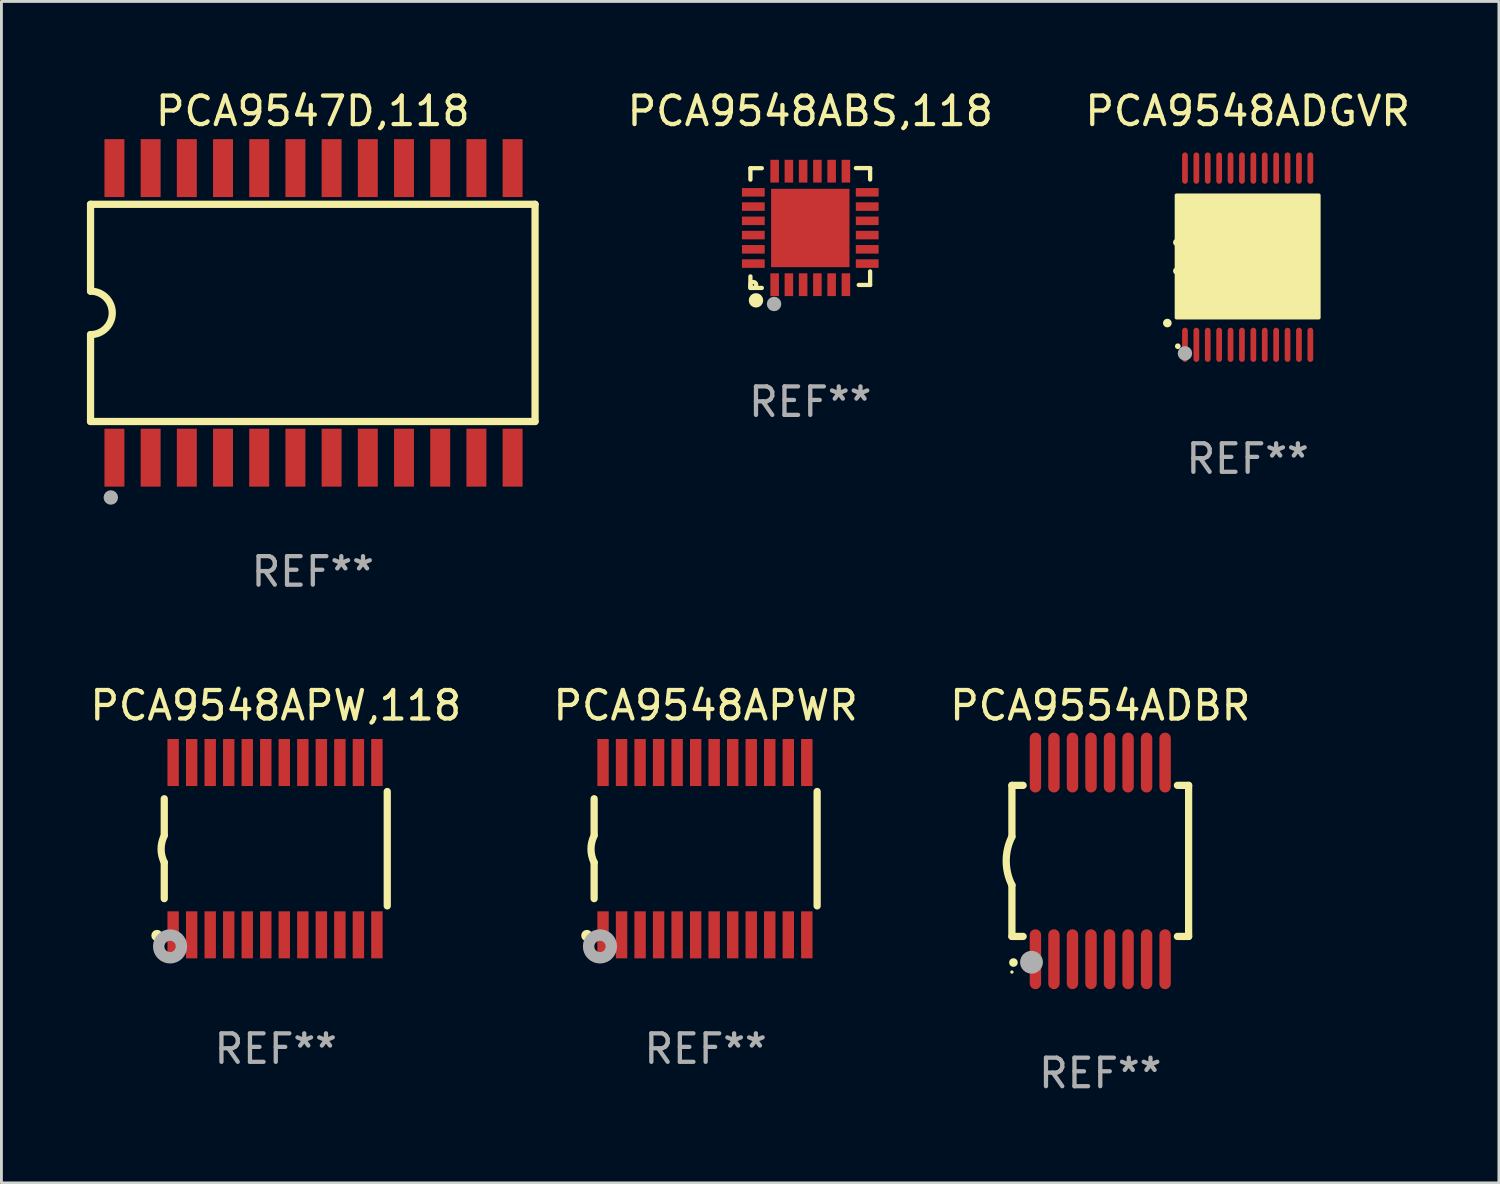
<source format=kicad_pcb>
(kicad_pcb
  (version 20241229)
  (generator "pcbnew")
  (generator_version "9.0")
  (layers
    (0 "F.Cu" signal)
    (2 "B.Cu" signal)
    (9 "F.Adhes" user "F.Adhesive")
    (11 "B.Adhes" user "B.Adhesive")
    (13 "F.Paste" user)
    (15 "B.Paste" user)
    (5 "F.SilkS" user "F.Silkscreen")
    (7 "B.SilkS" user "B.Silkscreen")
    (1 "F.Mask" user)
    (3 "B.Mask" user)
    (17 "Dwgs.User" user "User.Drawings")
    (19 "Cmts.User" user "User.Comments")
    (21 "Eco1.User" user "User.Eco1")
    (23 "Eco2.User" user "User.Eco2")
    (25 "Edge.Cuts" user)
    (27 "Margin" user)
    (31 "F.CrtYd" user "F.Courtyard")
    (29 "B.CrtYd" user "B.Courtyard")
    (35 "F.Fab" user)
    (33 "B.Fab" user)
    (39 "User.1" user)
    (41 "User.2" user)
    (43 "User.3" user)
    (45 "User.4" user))
  (footprint "PCA9548APWR"
    (layer "F.Cu")
    (at 21.708 26.727)
    (property "Reference" "PCA9548APWR" (at 0 -5.023 0) (layer "F.SilkS") (effects (font (size 1 1) (thickness 0.15))))
    (attr through_hole)
    (fp_line (start -3.912 -0.483) (end -3.912 -1.753) (stroke (width 0.254) (type solid)) (layer "F.SilkS"))
    (fp_line (start -3.912 1.753) (end -3.912 0.483) (stroke (width 0.254) (type solid)) (layer "F.SilkS"))
    (fp_line (start 3.912 -2.007) (end 3.912 2.007) (stroke (width 0.254) (type solid)) (layer "F.SilkS"))
    (fp_arc (start -3.911608 0.482601) (mid -4.022537 0.0127) (end -3.911608 -0.457201) (stroke (width 0.254001) (type solid)) (layer "F.SilkS"))
    (fp_circle (center -4.166 3.048) (end -4.066 3.048) (stroke (width 0.2) (type solid)) (fill no) (layer "F.SilkS"))
    (fp_circle (center -3.925 3.186) (end -3.895 3.186) (stroke (width 0.06) (type solid)) (fill no) (layer "F.SilkS"))
    (fp_circle (center -3.708 3.429) (end -3.509 3.429) (stroke (width 0.4) (type solid)) (fill no) (layer "F.Fab"))
    (fp_text user "REF**" (at 0 7.023 0) (layer "F.Fab") (effects (font (size 1 1) (thickness 0.15))))
    (pad "1" smd rect (at -3.6 3.023) (size 0.4 1.65) (layers "F.Cu" "F.Mask" "F.Paste"))
    (pad "2" smd rect (at -2.95 3.023) (size 0.4 1.65) (layers "F.Cu" "F.Mask" "F.Paste"))
    (pad "3" smd rect (at -2.3 3.023) (size 0.4 1.65) (layers "F.Cu" "F.Mask" "F.Paste"))
    (pad "4" smd rect (at -1.65 3.023) (size 0.4 1.65) (layers "F.Cu" "F.Mask" "F.Paste"))
    (pad "5" smd rect (at -1 3.023) (size 0.4 1.65) (layers "F.Cu" "F.Mask" "F.Paste"))
    (pad "6" smd rect (at -0.35 3.023) (size 0.4 1.65) (layers "F.Cu" "F.Mask" "F.Paste"))
    (pad "7" smd rect (at 0.299 3.023) (size 0.4 1.65) (layers "F.Cu" "F.Mask" "F.Paste"))
    (pad "8" smd rect (at 0.95 3.023) (size 0.4 1.65) (layers "F.Cu" "F.Mask" "F.Paste"))
    (pad "9" smd rect (at 1.6 3.023) (size 0.4 1.65) (layers "F.Cu" "F.Mask" "F.Paste"))
    (pad "10" smd rect (at 2.25 3.023) (size 0.4 1.65) (layers "F.Cu" "F.Mask" "F.Paste"))
    (pad "11" smd rect (at 2.9 3.023) (size 0.4 1.65) (layers "F.Cu" "F.Mask" "F.Paste"))
    (pad "12" smd rect (at 3.549 3.023) (size 0.4 1.65) (layers "F.Cu" "F.Mask" "F.Paste"))
    (pad "13" smd rect (at 3.549 -3.023) (size 0.4 1.65) (layers "F.Cu" "F.Mask" "F.Paste"))
    (pad "14" smd rect (at 2.9 -3.023) (size 0.4 1.65) (layers "F.Cu" "F.Mask" "F.Paste"))
    (pad "15" smd rect (at 2.25 -3.023) (size 0.4 1.65) (layers "F.Cu" "F.Mask" "F.Paste"))
    (pad "16" smd rect (at 1.6 -3.023) (size 0.4 1.65) (layers "F.Cu" "F.Mask" "F.Paste"))
    (pad "17" smd rect (at 0.95 -3.023) (size 0.4 1.65) (layers "F.Cu" "F.Mask" "F.Paste"))
    (pad "18" smd rect (at 0.299 -3.023) (size 0.4 1.65) (layers "F.Cu" "F.Mask" "F.Paste"))
    (pad "19" smd rect (at -0.35 -3.023) (size 0.4 1.65) (layers "F.Cu" "F.Mask" "F.Paste"))
    (pad "20" smd rect (at -1 -3.023) (size 0.4 1.65) (layers "F.Cu" "F.Mask" "F.Paste"))
    (pad "21" smd rect (at -1.65 -3.023) (size 0.4 1.65) (layers "F.Cu" "F.Mask" "F.Paste"))
    (pad "22" smd rect (at -2.3 -3.023) (size 0.4 1.65) (layers "F.Cu" "F.Mask" "F.Paste"))
    (pad "23" smd rect (at -2.95 -3.023) (size 0.4 1.65) (layers "F.Cu" "F.Mask" "F.Paste"))
    (pad "24" smd rect (at -3.6 -3.023) (size 0.4 1.65) (layers "F.Cu" "F.Mask" "F.Paste")))
  (footprint "PCA9548ABS,118"
    (layer "F.Cu")
    (at 25.379 4.95)
    (property "Reference" "PCA9548ABS,118" (at 0 -4.102 0) (layer "F.SilkS") (effects (font (size 1 1) (thickness 0.15))))
    (attr through_hole)
    (fp_line (start -2.1 -2.098) (end -1.7 -2.098) (stroke (width 0.15) (type solid)) (layer "F.SilkS"))
    (fp_line (start -2.1 -1.698) (end -2.1 -2.098) (stroke (width 0.15) (type solid)) (layer "F.SilkS"))
    (fp_line (start -2.1 2.102) (end -2.1 1.698) (stroke (width 0.15) (type solid)) (layer "F.SilkS"))
    (fp_line (start -1.7 2.102) (end -2.1 2.102) (stroke (width 0.15) (type solid)) (layer "F.SilkS"))
    (fp_line (start 1.6 -2.102) (end 2.1 -2.102) (stroke (width 0.15) (type solid)) (layer "F.SilkS"))
    (fp_line (start 1.7 1.998) (end 2.1 1.998) (stroke (width 0.15) (type solid)) (layer "F.SilkS"))
    (fp_line (start 2.1 -2.102) (end 2.1 -1.702) (stroke (width 0.15) (type solid)) (layer "F.SilkS"))
    (fp_line (start 2.1 1.998) (end 2.1 1.522) (stroke (width 0.15) (type solid)) (layer "F.SilkS"))
    (fp_circle (center -2 1.998) (end -1.97 1.998) (stroke (width 0.15) (type solid)) (fill no) (layer "F.SilkS"))
    (fp_circle (center -1.905 2.538) (end -1.778 2.538) (stroke (width 0.254) (type solid)) (fill no) (layer "F.SilkS"))
    (fp_circle (center -1.27 2.665) (end -1.143 2.665) (stroke (width 0.254) (type solid)) (fill no) (layer "F.Fab"))
    (fp_text user "REF**" (at 0 6.102 0) (layer "F.Fab") (effects (font (size 1 1) (thickness 0.15))))
    (pad "1" smd rect (at -1.25 1.99 180) (size 0.3 0.8) (layers "F.Cu" "F.Mask" "F.Paste"))
    (pad "2" smd rect (at -0.75 1.989 180) (size 0.3 0.8) (layers "F.Cu" "F.Mask" "F.Paste"))
    (pad "3" smd rect (at -0.25 1.989 180) (size 0.3 0.8) (layers "F.Cu" "F.Mask" "F.Paste"))
    (pad "4" smd rect (at 0.25 1.989 180) (size 0.3 0.8) (layers "F.Cu" "F.Mask" "F.Paste"))
    (pad "5" smd rect (at 0.75 1.989 180) (size 0.3 0.8) (layers "F.Cu" "F.Mask" "F.Paste"))
    (pad "6" smd rect (at 1.25 1.989 180) (size 0.3 0.8) (layers "F.Cu" "F.Mask" "F.Paste"))
    (pad "7" smd rect (at 1.998 1.248 270) (size 0.3 0.8) (layers "F.Cu" "F.Mask" "F.Paste"))
    (pad "8" smd rect (at 1.998 0.748 270) (size 0.3 0.8) (layers "F.Cu" "F.Mask" "F.Paste"))
    (pad "9" smd rect (at 1.998 0.248 270) (size 0.3 0.8) (layers "F.Cu" "F.Mask" "F.Paste"))
    (pad "10" smd rect (at 1.998 -0.252 270) (size 0.3 0.8) (layers "F.Cu" "F.Mask" "F.Paste"))
    (pad "11" smd rect (at 1.998 -0.752 270) (size 0.3 0.8) (layers "F.Cu" "F.Mask" "F.Paste"))
    (pad "12" smd rect (at 1.998 -1.252 270) (size 0.3 0.8) (layers "F.Cu" "F.Mask" "F.Paste"))
    (pad "13" smd rect (at 1.25 -1.994) (size 0.3 0.8) (layers "F.Cu" "F.Mask" "F.Paste"))
    (pad "14" smd rect (at 0.75 -1.994) (size 0.3 0.8) (layers "F.Cu" "F.Mask" "F.Paste"))
    (pad "15" smd rect (at 0.25 -1.994) (size 0.3 0.8) (layers "F.Cu" "F.Mask" "F.Paste"))
    (pad "16" smd rect (at -0.25 -1.994) (size 0.3 0.8) (layers "F.Cu" "F.Mask" "F.Paste"))
    (pad "17" smd rect (at -0.75 -1.994) (size 0.3 0.8) (layers "F.Cu" "F.Mask" "F.Paste"))
    (pad "18" smd rect (at -1.25 -1.994) (size 0.3 0.8) (layers "F.Cu" "F.Mask" "F.Paste"))
    (pad "19" smd rect (at -1.998 -1.252 90) (size 0.3 0.8) (layers "F.Cu" "F.Mask" "F.Paste"))
    (pad "20" smd rect (at -1.998 -0.752 90) (size 0.3 0.8) (layers "F.Cu" "F.Mask" "F.Paste"))
    (pad "21" smd rect (at -1.998 -0.252 90) (size 0.3 0.8) (layers "F.Cu" "F.Mask" "F.Paste"))
    (pad "22" smd rect (at -1.998 0.248 90) (size 0.3 0.8) (layers "F.Cu" "F.Mask" "F.Paste"))
    (pad "23" smd rect (at -1.998 0.748 90) (size 0.3 0.8) (layers "F.Cu" "F.Mask" "F.Paste"))
    (pad "24" smd rect (at -1.998 1.248 90) (size 0.3 0.8) (layers "F.Cu" "F.Mask" "F.Paste"))
    (pad "25" smd rect (at 0.001 -0.001 90) (size 2.75 2.75) (layers "F.Cu" "F.Mask" "F.Paste")))
  (footprint "PCA9554ADBR"
    (layer "F.Cu")
    (at 35.554 27.155)
    (property "Reference" "PCA9554ADBR" (at 0 -5.45 0) (layer "F.SilkS") (effects (font (size 1 1) (thickness 0.15))))
    (attr through_hole)
    (fp_line (start -3.1 -2.65) (end -3.1 -0.85) (stroke (width 0.254) (type solid)) (layer "F.SilkS"))
    (fp_line (start -3.1 -2.65) (end -2.706 -2.65) (stroke (width 0.254) (type solid)) (layer "F.SilkS"))
    (fp_line (start -3.1 2.65) (end -3.1 0.85) (stroke (width 0.254) (type solid)) (layer "F.SilkS"))
    (fp_line (start -3.1 2.65) (end -2.706 2.65) (stroke (width 0.254) (type solid)) (layer "F.SilkS"))
    (fp_line (start 2.706 -2.65) (end 3.1 -2.65) (stroke (width 0.254) (type solid)) (layer "F.SilkS"))
    (fp_line (start 2.706 2.65) (end 3.1 2.65) (stroke (width 0.254) (type solid)) (layer "F.SilkS"))
    (fp_line (start 3.1 -2.65) (end 3.1 2.65) (stroke (width 0.254) (type solid)) (layer "F.SilkS"))
    (fp_arc (start -3.098907 0.850902) (mid -3.300057 0.000523) (end -3.1 -0.850114) (stroke (width 0.254001) (type solid)) (layer "F.SilkS"))
    (fp_arc (start -3.048006 3.566066) (mid -3.046736 3.566061) (end -3.045466 3.566066) (stroke (width 0.3) (type solid)) (layer "F.SilkS"))
    (fp_circle (center -3.1 3.9) (end -3.07 3.9) (stroke (width 0.06) (type solid)) (fill no) (layer "F.SilkS"))
    (fp_circle (center -2.413 3.556) (end -2.213 3.556) (stroke (width 0.4) (type solid)) (fill no) (layer "F.Fab"))
    (fp_text user "REF**" (at 0 7.45 0) (layer "F.Fab") (effects (font (size 1 1) (thickness 0.15))))
    (pad "1" smd oval (at -2.275 3.45 180) (size 0.4 2.1) (layers "F.Cu" "F.Mask" "F.Paste"))
    (pad "2" smd oval (at -1.625 3.45 180) (size 0.4 2.1) (layers "F.Cu" "F.Mask" "F.Paste"))
    (pad "3" smd oval (at -0.975 3.45 180) (size 0.4 2.1) (layers "F.Cu" "F.Mask" "F.Paste"))
    (pad "4" smd oval (at -0.325 3.45 180) (size 0.4 2.1) (layers "F.Cu" "F.Mask" "F.Paste"))
    (pad "5" smd oval (at 0.325 3.45 180) (size 0.4 2.1) (layers "F.Cu" "F.Mask" "F.Paste"))
    (pad "6" smd oval (at 0.975 3.45 180) (size 0.4 2.1) (layers "F.Cu" "F.Mask" "F.Paste"))
    (pad "7" smd oval (at 1.625 3.45 180) (size 0.4 2.1) (layers "F.Cu" "F.Mask" "F.Paste"))
    (pad "8" smd oval (at 2.275 3.45 180) (size 0.4 2.1) (layers "F.Cu" "F.Mask" "F.Paste"))
    (pad "9" smd oval (at 2.275 -3.45 180) (size 0.4 2.1) (layers "F.Cu" "F.Mask" "F.Paste"))
    (pad "10" smd oval (at 1.625 -3.45 180) (size 0.4 2.1) (layers "F.Cu" "F.Mask" "F.Paste"))
    (pad "11" smd oval (at 0.975 -3.45 180) (size 0.4 2.1) (layers "F.Cu" "F.Mask" "F.Paste"))
    (pad "12" smd oval (at 0.325 -3.45 180) (size 0.4 2.1) (layers "F.Cu" "F.Mask" "F.Paste"))
    (pad "13" smd oval (at -0.325 -3.45 180) (size 0.4 2.1) (layers "F.Cu" "F.Mask" "F.Paste"))
    (pad "14" smd oval (at -0.975 -3.45 180) (size 0.4 2.1) (layers "F.Cu" "F.Mask" "F.Paste"))
    (pad "15" smd oval (at -1.625 -3.45 180) (size 0.4 2.1) (layers "F.Cu" "F.Mask" "F.Paste"))
    (pad "16" smd oval (at -2.275 -3.45 180) (size 0.4 2.1) (layers "F.Cu" "F.Mask" "F.Paste")))
  (footprint "PCA9548APW,118"
    (layer "F.Cu")
    (at 6.625 26.727)
    (property "Reference" "PCA9548APW,118" (at 0 -5.023 0) (layer "F.SilkS") (effects (font (size 1 1) (thickness 0.15))))
    (attr through_hole)
    (fp_line (start -3.912 -0.483) (end -3.912 -1.753) (stroke (width 0.254) (type solid)) (layer "F.SilkS"))
    (fp_line (start -3.912 1.753) (end -3.912 0.483) (stroke (width 0.254) (type solid)) (layer "F.SilkS"))
    (fp_line (start 3.912 -2.007) (end 3.912 2.007) (stroke (width 0.254) (type solid)) (layer "F.SilkS"))
    (fp_arc (start -3.911608 0.482601) (mid -4.022537 0.0127) (end -3.911608 -0.457201) (stroke (width 0.254001) (type solid)) (layer "F.SilkS"))
    (fp_circle (center -4.166 3.048) (end -4.066 3.048) (stroke (width 0.2) (type solid)) (fill no) (layer "F.SilkS"))
    (fp_circle (center -3.925 3.186) (end -3.895 3.186) (stroke (width 0.06) (type solid)) (fill no) (layer "F.SilkS"))
    (fp_circle (center -3.708 3.429) (end -3.509 3.429) (stroke (width 0.4) (type solid)) (fill no) (layer "F.Fab"))
    (fp_text user "REF**" (at 0 7.023 0) (layer "F.Fab") (effects (font (size 1 1) (thickness 0.15))))
    (pad "1" smd rect (at -3.6 3.023) (size 0.4 1.65) (layers "F.Cu" "F.Mask" "F.Paste"))
    (pad "2" smd rect (at -2.95 3.023) (size 0.4 1.65) (layers "F.Cu" "F.Mask" "F.Paste"))
    (pad "3" smd rect (at -2.3 3.023) (size 0.4 1.65) (layers "F.Cu" "F.Mask" "F.Paste"))
    (pad "4" smd rect (at -1.65 3.023) (size 0.4 1.65) (layers "F.Cu" "F.Mask" "F.Paste"))
    (pad "5" smd rect (at -1 3.023) (size 0.4 1.65) (layers "F.Cu" "F.Mask" "F.Paste"))
    (pad "6" smd rect (at -0.35 3.023) (size 0.4 1.65) (layers "F.Cu" "F.Mask" "F.Paste"))
    (pad "7" smd rect (at 0.299 3.023) (size 0.4 1.65) (layers "F.Cu" "F.Mask" "F.Paste"))
    (pad "8" smd rect (at 0.95 3.023) (size 0.4 1.65) (layers "F.Cu" "F.Mask" "F.Paste"))
    (pad "9" smd rect (at 1.6 3.023) (size 0.4 1.65) (layers "F.Cu" "F.Mask" "F.Paste"))
    (pad "10" smd rect (at 2.25 3.023) (size 0.4 1.65) (layers "F.Cu" "F.Mask" "F.Paste"))
    (pad "11" smd rect (at 2.9 3.023) (size 0.4 1.65) (layers "F.Cu" "F.Mask" "F.Paste"))
    (pad "12" smd rect (at 3.549 3.023) (size 0.4 1.65) (layers "F.Cu" "F.Mask" "F.Paste"))
    (pad "13" smd rect (at 3.549 -3.023) (size 0.4 1.65) (layers "F.Cu" "F.Mask" "F.Paste"))
    (pad "14" smd rect (at 2.9 -3.023) (size 0.4 1.65) (layers "F.Cu" "F.Mask" "F.Paste"))
    (pad "15" smd rect (at 2.25 -3.023) (size 0.4 1.65) (layers "F.Cu" "F.Mask" "F.Paste"))
    (pad "16" smd rect (at 1.6 -3.023) (size 0.4 1.65) (layers "F.Cu" "F.Mask" "F.Paste"))
    (pad "17" smd rect (at 0.95 -3.023) (size 0.4 1.65) (layers "F.Cu" "F.Mask" "F.Paste"))
    (pad "18" smd rect (at 0.299 -3.023) (size 0.4 1.65) (layers "F.Cu" "F.Mask" "F.Paste"))
    (pad "19" smd rect (at -0.35 -3.023) (size 0.4 1.65) (layers "F.Cu" "F.Mask" "F.Paste"))
    (pad "20" smd rect (at -1 -3.023) (size 0.4 1.65) (layers "F.Cu" "F.Mask" "F.Paste"))
    (pad "21" smd rect (at -1.65 -3.023) (size 0.4 1.65) (layers "F.Cu" "F.Mask" "F.Paste"))
    (pad "22" smd rect (at -2.3 -3.023) (size 0.4 1.65) (layers "F.Cu" "F.Mask" "F.Paste"))
    (pad "23" smd rect (at -2.95 -3.023) (size 0.4 1.65) (layers "F.Cu" "F.Mask" "F.Paste"))
    (pad "24" smd rect (at -3.6 -3.023) (size 0.4 1.65) (layers "F.Cu" "F.Mask" "F.Paste")))
  (footprint "PCA9548ADGVR"
    (layer "F.Cu")
    (at 40.725 5.948)
    (property "Reference" "PCA9548ADGVR" (at 0 -5.1 0) (layer "F.SilkS") (effects (font (size 1 1) (thickness 0.15))))
    (attr through_hole)
    (fp_arc (start -2.819355 2.336703) (mid -2.818085 2.336698) (end -2.816815 2.336703) (stroke (width 0.3) (type solid)) (layer "F.SilkS"))
    (fp_arc (start -2.489154 -0.492863) (mid -1.989154 0.007518) (end -2.489154 0.507899) (stroke (width 0.254001) (type solid)) (layer "F.SilkS"))
    (fp_circle (center -2.45 3.15) (end -2.4 3.15) (stroke (width 0.1) (type solid)) (fill no) (layer "F.SilkS"))
    (fp_poly (pts (xy -2.5 -2.15) (xy 2.5 -2.15) (xy 2.5 2.15) (xy -2.5 2.15)) (stroke (width 0.12) (type solid)) (fill yes) (layer "F.SilkS"))
    (fp_circle (center -2.2 3.4) (end -2.073 3.4) (stroke (width 0.254) (type solid)) (fill no) (layer "F.Fab"))
    (fp_text user "REF**" (at 0 7.1 0) (layer "F.Fab") (effects (font (size 1 1) (thickness 0.15))))
    (pad "1" smd oval (at -2.2 3.1 180) (size 0.2 1.2) (layers "F.Cu" "F.Mask" "F.Paste"))
    (pad "2" smd oval (at -1.8 3.1 180) (size 0.2 1.2) (layers "F.Cu" "F.Mask" "F.Paste"))
    (pad "3" smd oval (at -1.4 3.1 180) (size 0.2 1.2) (layers "F.Cu" "F.Mask" "F.Paste"))
    (pad "4" smd oval (at -1 3.1 180) (size 0.2 1.2) (layers "F.Cu" "F.Mask" "F.Paste"))
    (pad "5" smd oval (at -0.6 3.1 180) (size 0.2 1.2) (layers "F.Cu" "F.Mask" "F.Paste"))
    (pad "6" smd oval (at -0.2 3.1 180) (size 0.2 1.2) (layers "F.Cu" "F.Mask" "F.Paste"))
    (pad "7" smd oval (at 0.2 3.1 180) (size 0.2 1.2) (layers "F.Cu" "F.Mask" "F.Paste"))
    (pad "8" smd oval (at 0.6 3.1 180) (size 0.2 1.2) (layers "F.Cu" "F.Mask" "F.Paste"))
    (pad "9" smd oval (at 1 3.1 180) (size 0.2 1.2) (layers "F.Cu" "F.Mask" "F.Paste"))
    (pad "10" smd oval (at 1.4 3.1 180) (size 0.2 1.2) (layers "F.Cu" "F.Mask" "F.Paste"))
    (pad "11" smd oval (at 1.8 3.1 180) (size 0.2 1.2) (layers "F.Cu" "F.Mask" "F.Paste"))
    (pad "12" smd oval (at 2.2 3.1 180) (size 0.2 1.2) (layers "F.Cu" "F.Mask" "F.Paste"))
    (pad "13" smd oval (at 2.2 -3.1 180) (size 0.2 1.1) (layers "F.Cu" "F.Mask" "F.Paste"))
    (pad "14" smd oval (at 1.8 -3.1 180) (size 0.2 1.1) (layers "F.Cu" "F.Mask" "F.Paste"))
    (pad "15" smd oval (at 1.4 -3.1 180) (size 0.2 1.1) (layers "F.Cu" "F.Mask" "F.Paste"))
    (pad "16" smd oval (at 1 -3.1 180) (size 0.2 1.1) (layers "F.Cu" "F.Mask" "F.Paste"))
    (pad "17" smd oval (at 0.6 -3.1 180) (size 0.2 1.1) (layers "F.Cu" "F.Mask" "F.Paste"))
    (pad "18" smd oval (at 0.2 -3.1 180) (size 0.2 1.1) (layers "F.Cu" "F.Mask" "F.Paste"))
    (pad "19" smd oval (at -0.2 -3.1 180) (size 0.2 1.1) (layers "F.Cu" "F.Mask" "F.Paste"))
    (pad "20" smd oval (at -0.6 -3.1 180) (size 0.2 1.1) (layers "F.Cu" "F.Mask" "F.Paste"))
    (pad "21" smd oval (at -1 -3.1 180) (size 0.2 1.1) (layers "F.Cu" "F.Mask" "F.Paste"))
    (pad "22" smd oval (at -1.4 -3.1 180) (size 0.2 1.1) (layers "F.Cu" "F.Mask" "F.Paste"))
    (pad "23" smd oval (at -1.8 -3.1 180) (size 0.2 1.1) (layers "F.Cu" "F.Mask" "F.Paste"))
    (pad "24" smd oval (at -2.2 -3.1 180) (size 0.2 1.1) (layers "F.Cu" "F.Mask" "F.Paste")))
  (footprint "PCA9547D,118"
    (layer "F.Cu")
    (at 7.925 7.928)
    (property "Reference" "PCA9547D,118" (at 0 -7.08 0) (layer "F.SilkS") (effects (font (size 1 1) (thickness 0.15))))
    (attr through_hole)
    (fp_line (start -7.798 -3.81) (end -7.798 -0.762) (stroke (width 0.254) (type solid)) (layer "F.SilkS"))
    (fp_line (start -7.798 3.81) (end -7.798 0.762) (stroke (width 0.254) (type solid)) (layer "F.SilkS"))
    (fp_line (start 7.798 -3.81) (end -7.798 -3.81) (stroke (width 0.254) (type solid)) (layer "F.SilkS"))
    (fp_line (start 7.798 3.81) (end -7.798 3.81) (stroke (width 0.254) (type solid)) (layer "F.SilkS"))
    (fp_line (start 7.798 3.81) (end 7.798 -3.81) (stroke (width 0.254) (type solid)) (layer "F.SilkS"))
    (fp_arc (start -7.797791 -0.762002) (mid -7.03579 -0.000001) (end -7.79779 0.762002) (stroke (width 0.254001) (type solid)) (layer "F.SilkS"))
    (fp_circle (center -7.825 3.75) (end -7.795 3.75) (stroke (width 0.06) (type solid)) (fill no) (layer "F.SilkS"))
    (fp_circle (center -7.087 6.477) (end -6.96 6.477) (stroke (width 0.254) (type solid)) (fill no) (layer "F.Fab"))
    (fp_text user "REF**" (at 0 9.08 0) (layer "F.Fab") (effects (font (size 1 1) (thickness 0.15))))
    (pad "1" smd rect (at -6.96 5.08 90) (size 2.032 0.7) (layers "F.Cu" "F.Mask" "F.Paste"))
    (pad "2" smd rect (at -5.69 5.08 90) (size 2.032 0.7) (layers "F.Cu" "F.Mask" "F.Paste"))
    (pad "3" smd rect (at -4.42 5.08 90) (size 2.032 0.7) (layers "F.Cu" "F.Mask" "F.Paste"))
    (pad "4" smd rect (at -3.15 5.08 90) (size 2.032 0.7) (layers "F.Cu" "F.Mask" "F.Paste"))
    (pad "5" smd rect (at -1.88 5.08 90) (size 2.032 0.7) (layers "F.Cu" "F.Mask" "F.Paste"))
    (pad "6" smd rect (at -0.61 5.08 90) (size 2.032 0.7) (layers "F.Cu" "F.Mask" "F.Paste"))
    (pad "7" smd rect (at 0.66 5.08 90) (size 2.032 0.7) (layers "F.Cu" "F.Mask" "F.Paste"))
    (pad "8" smd rect (at 1.93 5.08 90) (size 2.032 0.7) (layers "F.Cu" "F.Mask" "F.Paste"))
    (pad "9" smd rect (at 3.2 5.08 90) (size 2.032 0.7) (layers "F.Cu" "F.Mask" "F.Paste"))
    (pad "10" smd rect (at 4.47 5.08 90) (size 2.032 0.7) (layers "F.Cu" "F.Mask" "F.Paste"))
    (pad "11" smd rect (at 5.74 5.08 90) (size 2.032 0.7) (layers "F.Cu" "F.Mask" "F.Paste"))
    (pad "12" smd rect (at 7.01 5.08 90) (size 2.032 0.7) (layers "F.Cu" "F.Mask" "F.Paste"))
    (pad "13" smd rect (at 7.01 -5.08 90) (size 2.032 0.7) (layers "F.Cu" "F.Mask" "F.Paste"))
    (pad "14" smd rect (at 5.74 -5.08 90) (size 2.032 0.7) (layers "F.Cu" "F.Mask" "F.Paste"))
    (pad "15" smd rect (at 4.47 -5.08 90) (size 2.032 0.7) (layers "F.Cu" "F.Mask" "F.Paste"))
    (pad "16" smd rect (at 3.2 -5.08 90) (size 2.032 0.7) (layers "F.Cu" "F.Mask" "F.Paste"))
    (pad "17" smd rect (at 1.93 -5.08 90) (size 2.032 0.7) (layers "F.Cu" "F.Mask" "F.Paste"))
    (pad "18" smd rect (at 0.66 -5.08 90) (size 2.032 0.7) (layers "F.Cu" "F.Mask" "F.Paste"))
    (pad "19" smd rect (at -0.61 -5.08 90) (size 2.032 0.7) (layers "F.Cu" "F.Mask" "F.Paste"))
    (pad "20" smd rect (at -1.88 -5.08 90) (size 2.032 0.7) (layers "F.Cu" "F.Mask" "F.Paste"))
    (pad "21" smd rect (at -3.15 -5.08 90) (size 2.032 0.7) (layers "F.Cu" "F.Mask" "F.Paste"))
    (pad "22" smd rect (at -4.42 -5.08 90) (size 2.032 0.7) (layers "F.Cu" "F.Mask" "F.Paste"))
    (pad "23" smd rect (at -5.69 -5.08 90) (size 2.032 0.7) (layers "F.Cu" "F.Mask" "F.Paste"))
    (pad "24" smd rect (at -6.96 -5.08 90) (size 2.032 0.7) (layers "F.Cu" "F.Mask" "F.Paste")))
  (gr_rect
    (start -3 -3)
    (end 49.54 38.453)
    (stroke (width 0.1) (type default))
    (fill no)
    (layer "Edge.Cuts")))
</source>
